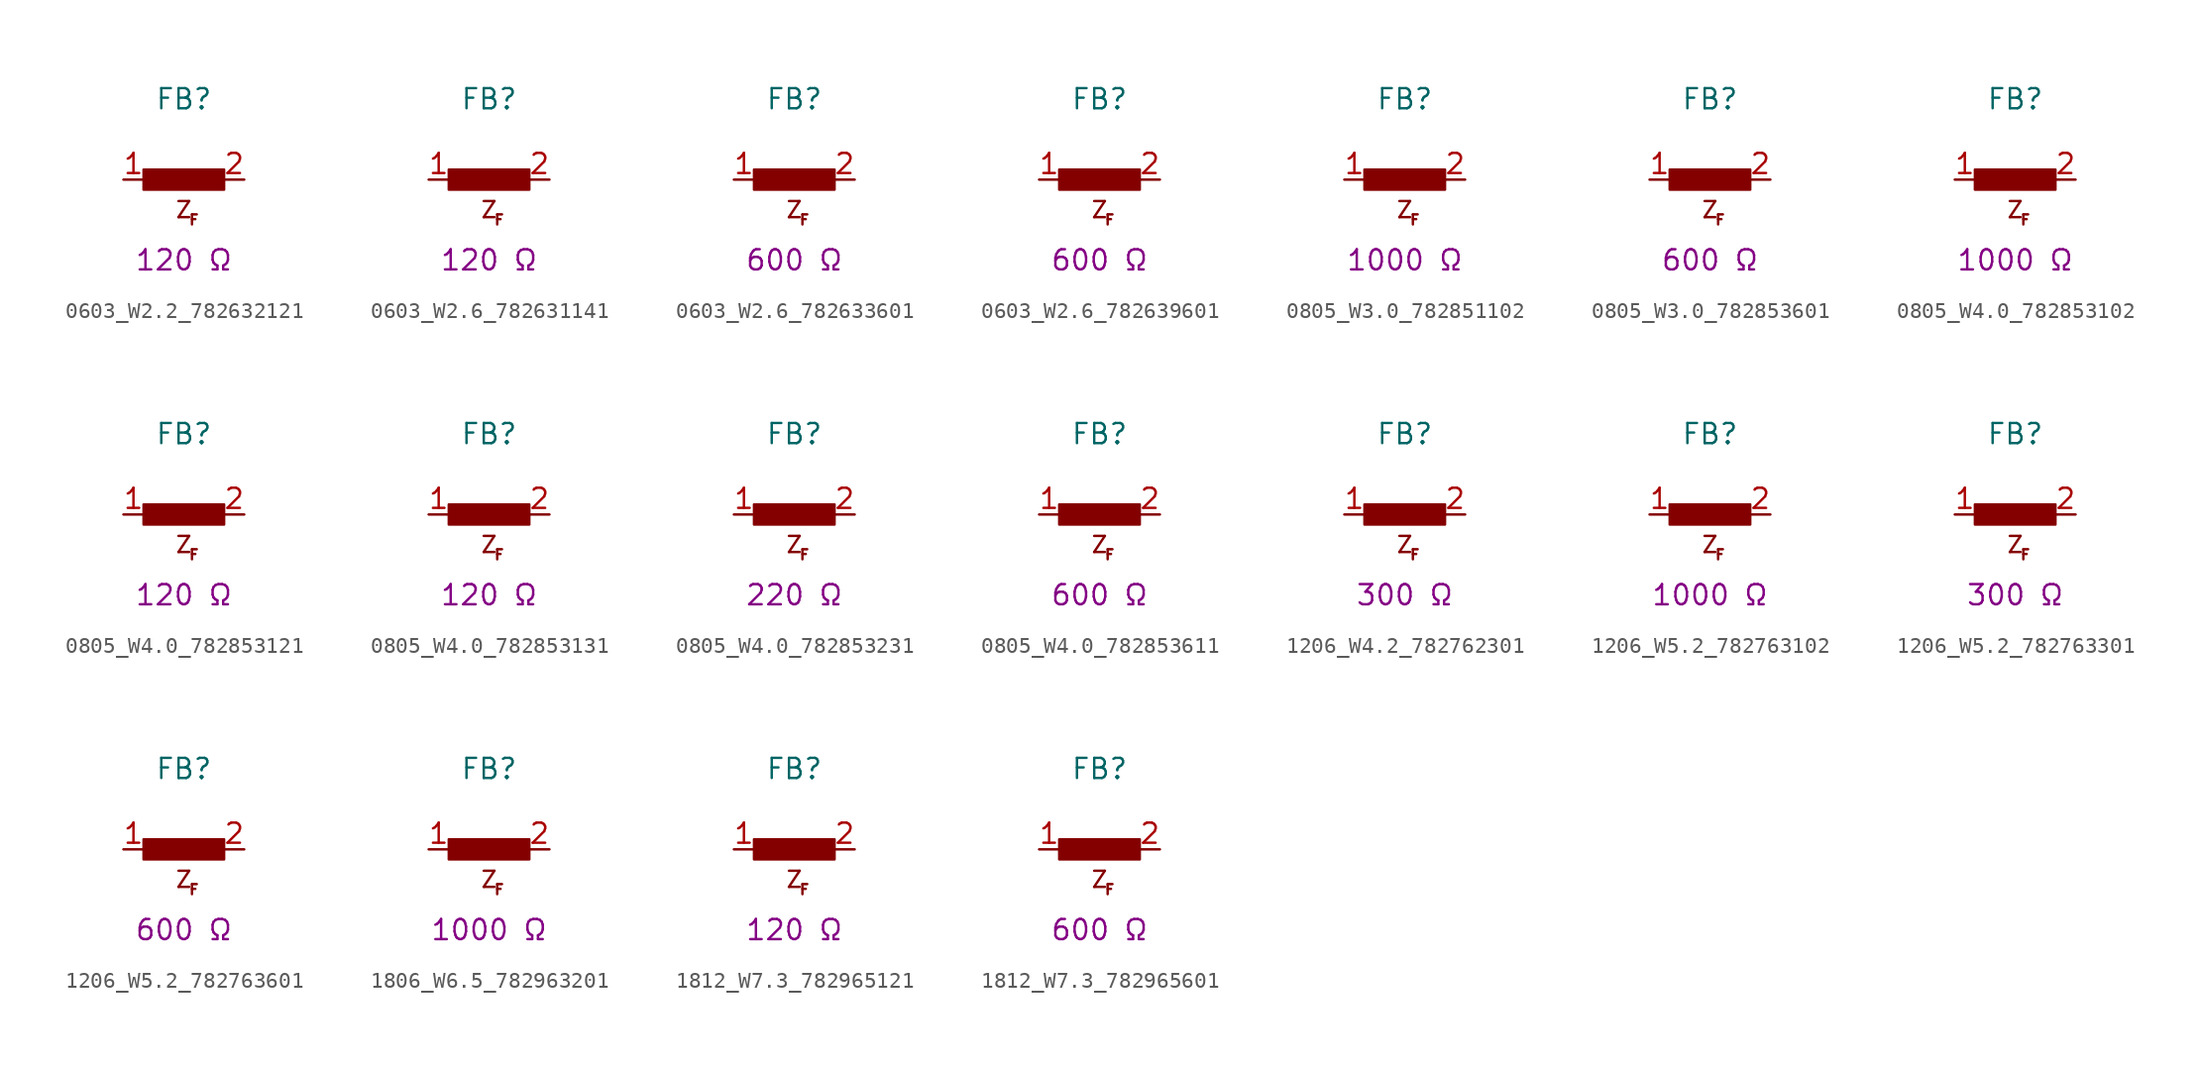
<source format=kicad_sym>
(kicad_symbol_lib
  (version 20220914)
  (generator kicad_symbol_editor)
  (symbol "0603_W2.2_782632121"
    (pin_names hide)
    (property "Reference" "FB"
      (at 0 5.08 0)
      (effects (font (size 1.27 1.27))))
    (property "Critical Parameter" "120 Ω"
      (at 0 -5.08 0)
      (effects (font (size 1.27 1.27))))
    (symbol "0603_W2.2_782632121_0_1"
      (rectangle (start -2.54 0.635) (end 2.54 -0.635) (stroke (width 0) (type default)) (fill (type outline)))
      (text "F" (at 0.635 -2.54 0) (effects (font (size 0.635 0.635))))
      (text "Z" (at 0 -1.905 0) (effects (font (size 1.016 1.016))))
      (pin passive line (at -3.81 0 0) (length 1.27) (name "1" (effects (font (size 1.27 1.27)))) (number "1" (effects (font (size 1.27 1.27)))))
      (pin passive line (at 3.81 0 180) (length 1.27) (name "2" (effects (font (size 1.27 1.27)))) (number "2" (effects (font (size 1.27 1.27)))))))
  (symbol "0603_W2.6_782631141"
    (pin_names hide)
    (property "Reference" "FB"
      (at 0 5.08 0)
      (effects (font (size 1.27 1.27))))
    (property "Critical Parameter" "120 Ω"
      (at 0 -5.08 0)
      (effects (font (size 1.27 1.27))))
    (symbol "0603_W2.6_782631141_0_1"
      (rectangle (start -2.54 0.635) (end 2.54 -0.635) (stroke (width 0) (type default)) (fill (type outline)))
      (text "F" (at 0.635 -2.54 0) (effects (font (size 0.635 0.635))))
      (text "Z" (at 0 -1.905 0) (effects (font (size 1.016 1.016))))
      (pin passive line (at -3.81 0 0) (length 1.27) (name "1" (effects (font (size 1.27 1.27)))) (number "1" (effects (font (size 1.27 1.27)))))
      (pin passive line (at 3.81 0 180) (length 1.27) (name "2" (effects (font (size 1.27 1.27)))) (number "2" (effects (font (size 1.27 1.27)))))))
  (symbol "0603_W2.6_782633601"
    (pin_names hide)
    (property "Reference" "FB"
      (at 0 5.08 0)
      (effects (font (size 1.27 1.27))))
    (property "Critical Parameter" "600 Ω"
      (at 0 -5.08 0)
      (effects (font (size 1.27 1.27))))
    (symbol "0603_W2.6_782633601_0_1"
      (rectangle (start -2.54 0.635) (end 2.54 -0.635) (stroke (width 0) (type default)) (fill (type outline)))
      (text "F" (at 0.635 -2.54 0) (effects (font (size 0.635 0.635))))
      (text "Z" (at 0 -1.905 0) (effects (font (size 1.016 1.016))))
      (pin passive line (at -3.81 0 0) (length 1.27) (name "1" (effects (font (size 1.27 1.27)))) (number "1" (effects (font (size 1.27 1.27)))))
      (pin passive line (at 3.81 0 180) (length 1.27) (name "2" (effects (font (size 1.27 1.27)))) (number "2" (effects (font (size 1.27 1.27)))))))
  (symbol "0603_W2.6_782639601"
    (pin_names hide)
    (property "Reference" "FB"
      (at 0 5.08 0)
      (effects (font (size 1.27 1.27))))
    (property "Critical Parameter" "600 Ω"
      (at 0 -5.08 0)
      (effects (font (size 1.27 1.27))))
    (symbol "0603_W2.6_782639601_0_1"
      (rectangle (start -2.54 0.635) (end 2.54 -0.635) (stroke (width 0) (type default)) (fill (type outline)))
      (text "F" (at 0.635 -2.54 0) (effects (font (size 0.635 0.635))))
      (text "Z" (at 0 -1.905 0) (effects (font (size 1.016 1.016))))
      (pin passive line (at -3.81 0 0) (length 1.27) (name "1" (effects (font (size 1.27 1.27)))) (number "1" (effects (font (size 1.27 1.27)))))
      (pin passive line (at 3.81 0 180) (length 1.27) (name "2" (effects (font (size 1.27 1.27)))) (number "2" (effects (font (size 1.27 1.27)))))))
  (symbol "0805_W3.0_782851102"
    (pin_names hide)
    (property "Reference" "FB"
      (at 0 5.08 0)
      (effects (font (size 1.27 1.27))))
    (property "Critical Parameter" "1000 Ω"
      (at 0 -5.08 0)
      (effects (font (size 1.27 1.27))))
    (symbol "0805_W3.0_782851102_0_1"
      (rectangle (start -2.54 0.635) (end 2.54 -0.635) (stroke (width 0) (type default)) (fill (type outline)))
      (text "F" (at 0.635 -2.54 0) (effects (font (size 0.635 0.635))))
      (text "Z" (at 0 -1.905 0) (effects (font (size 1.016 1.016))))
      (pin passive line (at -3.81 0 0) (length 1.27) (name "1" (effects (font (size 1.27 1.27)))) (number "1" (effects (font (size 1.27 1.27)))))
      (pin passive line (at 3.81 0 180) (length 1.27) (name "2" (effects (font (size 1.27 1.27)))) (number "2" (effects (font (size 1.27 1.27)))))))
  (symbol "0805_W3.0_782853601"
    (pin_names hide)
    (property "Reference" "FB"
      (at 0 5.08 0)
      (effects (font (size 1.27 1.27))))
    (property "Critical Parameter" "600 Ω"
      (at 0 -5.08 0)
      (effects (font (size 1.27 1.27))))
    (symbol "0805_W3.0_782853601_0_1"
      (rectangle (start -2.54 0.635) (end 2.54 -0.635) (stroke (width 0) (type default)) (fill (type outline)))
      (text "F" (at 0.635 -2.54 0) (effects (font (size 0.635 0.635))))
      (text "Z" (at 0 -1.905 0) (effects (font (size 1.016 1.016))))
      (pin passive line (at -3.81 0 0) (length 1.27) (name "1" (effects (font (size 1.27 1.27)))) (number "1" (effects (font (size 1.27 1.27)))))
      (pin passive line (at 3.81 0 180) (length 1.27) (name "2" (effects (font (size 1.27 1.27)))) (number "2" (effects (font (size 1.27 1.27)))))))
  (symbol "0805_W4.0_782853102"
    (pin_names hide)
    (property "Reference" "FB"
      (at 0 5.08 0)
      (effects (font (size 1.27 1.27))))
    (property "Critical Parameter" "1000 Ω"
      (at 0 -5.08 0)
      (effects (font (size 1.27 1.27))))
    (symbol "0805_W4.0_782853102_0_1"
      (rectangle (start -2.54 0.635) (end 2.54 -0.635) (stroke (width 0) (type default)) (fill (type outline)))
      (text "F" (at 0.635 -2.54 0) (effects (font (size 0.635 0.635))))
      (text "Z" (at 0 -1.905 0) (effects (font (size 1.016 1.016))))
      (pin passive line (at -3.81 0 0) (length 1.27) (name "1" (effects (font (size 1.27 1.27)))) (number "1" (effects (font (size 1.27 1.27)))))
      (pin passive line (at 3.81 0 180) (length 1.27) (name "2" (effects (font (size 1.27 1.27)))) (number "2" (effects (font (size 1.27 1.27)))))))
  (symbol "0805_W4.0_782853121"
    (pin_names hide)
    (property "Reference" "FB"
      (at 0 5.08 0)
      (effects (font (size 1.27 1.27))))
    (property "Critical Parameter" "120 Ω"
      (at 0 -5.08 0)
      (effects (font (size 1.27 1.27))))
    (symbol "0805_W4.0_782853121_0_1"
      (rectangle (start -2.54 0.635) (end 2.54 -0.635) (stroke (width 0) (type default)) (fill (type outline)))
      (text "F" (at 0.635 -2.54 0) (effects (font (size 0.635 0.635))))
      (text "Z" (at 0 -1.905 0) (effects (font (size 1.016 1.016))))
      (pin passive line (at -3.81 0 0) (length 1.27) (name "1" (effects (font (size 1.27 1.27)))) (number "1" (effects (font (size 1.27 1.27)))))
      (pin passive line (at 3.81 0 180) (length 1.27) (name "2" (effects (font (size 1.27 1.27)))) (number "2" (effects (font (size 1.27 1.27)))))))
  (symbol "0805_W4.0_782853131"
    (pin_names hide)
    (property "Reference" "FB"
      (at 0 5.08 0)
      (effects (font (size 1.27 1.27))))
    (property "Critical Parameter" "120 Ω"
      (at 0 -5.08 0)
      (effects (font (size 1.27 1.27))))
    (symbol "0805_W4.0_782853131_0_1"
      (rectangle (start -2.54 0.635) (end 2.54 -0.635) (stroke (width 0) (type default)) (fill (type outline)))
      (text "F" (at 0.635 -2.54 0) (effects (font (size 0.635 0.635))))
      (text "Z" (at 0 -1.905 0) (effects (font (size 1.016 1.016))))
      (pin passive line (at -3.81 0 0) (length 1.27) (name "1" (effects (font (size 1.27 1.27)))) (number "1" (effects (font (size 1.27 1.27)))))
      (pin passive line (at 3.81 0 180) (length 1.27) (name "2" (effects (font (size 1.27 1.27)))) (number "2" (effects (font (size 1.27 1.27)))))))
  (symbol "0805_W4.0_782853231"
    (pin_names hide)
    (property "Reference" "FB"
      (at 0 5.08 0)
      (effects (font (size 1.27 1.27))))
    (property "Critical Parameter" "220 Ω"
      (at 0 -5.08 0)
      (effects (font (size 1.27 1.27))))
    (symbol "0805_W4.0_782853231_0_1"
      (rectangle (start -2.54 0.635) (end 2.54 -0.635) (stroke (width 0) (type default)) (fill (type outline)))
      (text "F" (at 0.635 -2.54 0) (effects (font (size 0.635 0.635))))
      (text "Z" (at 0 -1.905 0) (effects (font (size 1.016 1.016))))
      (pin passive line (at -3.81 0 0) (length 1.27) (name "1" (effects (font (size 1.27 1.27)))) (number "1" (effects (font (size 1.27 1.27)))))
      (pin passive line (at 3.81 0 180) (length 1.27) (name "2" (effects (font (size 1.27 1.27)))) (number "2" (effects (font (size 1.27 1.27)))))))
  (symbol "0805_W4.0_782853611"
    (pin_names hide)
    (property "Reference" "FB"
      (at 0 5.08 0)
      (effects (font (size 1.27 1.27))))
    (property "Critical Parameter" "600 Ω"
      (at 0 -5.08 0)
      (effects (font (size 1.27 1.27))))
    (symbol "0805_W4.0_782853611_0_1"
      (rectangle (start -2.54 0.635) (end 2.54 -0.635) (stroke (width 0) (type default)) (fill (type outline)))
      (text "F" (at 0.635 -2.54 0) (effects (font (size 0.635 0.635))))
      (text "Z" (at 0 -1.905 0) (effects (font (size 1.016 1.016))))
      (pin passive line (at -3.81 0 0) (length 1.27) (name "1" (effects (font (size 1.27 1.27)))) (number "1" (effects (font (size 1.27 1.27)))))
      (pin passive line (at 3.81 0 180) (length 1.27) (name "2" (effects (font (size 1.27 1.27)))) (number "2" (effects (font (size 1.27 1.27)))))))
  (symbol "1206_W4.2_782762301"
    (pin_names hide)
    (property "Reference" "FB"
      (at 0 5.08 0)
      (effects (font (size 1.27 1.27))))
    (property "Critical Parameter" "300 Ω"
      (at 0 -5.08 0)
      (effects (font (size 1.27 1.27))))
    (symbol "1206_W4.2_782762301_0_1"
      (rectangle (start -2.54 0.635) (end 2.54 -0.635) (stroke (width 0) (type default)) (fill (type outline)))
      (text "F" (at 0.635 -2.54 0) (effects (font (size 0.635 0.635))))
      (text "Z" (at 0 -1.905 0) (effects (font (size 1.016 1.016))))
      (pin passive line (at -3.81 0 0) (length 1.27) (name "1" (effects (font (size 1.27 1.27)))) (number "1" (effects (font (size 1.27 1.27)))))
      (pin passive line (at 3.81 0 180) (length 1.27) (name "2" (effects (font (size 1.27 1.27)))) (number "2" (effects (font (size 1.27 1.27)))))))
  (symbol "1206_W5.2_782763102"
    (pin_names hide)
    (property "Reference" "FB"
      (at 0 5.08 0)
      (effects (font (size 1.27 1.27))))
    (property "Critical Parameter" "1000 Ω"
      (at 0 -5.08 0)
      (effects (font (size 1.27 1.27))))
    (symbol "1206_W5.2_782763102_0_1"
      (rectangle (start -2.54 0.635) (end 2.54 -0.635) (stroke (width 0) (type default)) (fill (type outline)))
      (text "F" (at 0.635 -2.54 0) (effects (font (size 0.635 0.635))))
      (text "Z" (at 0 -1.905 0) (effects (font (size 1.016 1.016))))
      (pin passive line (at -3.81 0 0) (length 1.27) (name "1" (effects (font (size 1.27 1.27)))) (number "1" (effects (font (size 1.27 1.27)))))
      (pin passive line (at 3.81 0 180) (length 1.27) (name "2" (effects (font (size 1.27 1.27)))) (number "2" (effects (font (size 1.27 1.27)))))))
  (symbol "1206_W5.2_782763301"
    (pin_names hide)
    (property "Reference" "FB"
      (at 0 5.08 0)
      (effects (font (size 1.27 1.27))))
    (property "Critical Parameter" "300 Ω"
      (at 0 -5.08 0)
      (effects (font (size 1.27 1.27))))
    (symbol "1206_W5.2_782763301_0_1"
      (rectangle (start -2.54 0.635) (end 2.54 -0.635) (stroke (width 0) (type default)) (fill (type outline)))
      (text "F" (at 0.635 -2.54 0) (effects (font (size 0.635 0.635))))
      (text "Z" (at 0 -1.905 0) (effects (font (size 1.016 1.016))))
      (pin passive line (at -3.81 0 0) (length 1.27) (name "1" (effects (font (size 1.27 1.27)))) (number "1" (effects (font (size 1.27 1.27)))))
      (pin passive line (at 3.81 0 180) (length 1.27) (name "2" (effects (font (size 1.27 1.27)))) (number "2" (effects (font (size 1.27 1.27)))))))
  (symbol "1206_W5.2_782763601"
    (pin_names hide)
    (property "Reference" "FB"
      (at 0 5.08 0)
      (effects (font (size 1.27 1.27))))
    (property "Critical Parameter" "600 Ω"
      (at 0 -5.08 0)
      (effects (font (size 1.27 1.27))))
    (symbol "1206_W5.2_782763601_0_1"
      (rectangle (start -2.54 0.635) (end 2.54 -0.635) (stroke (width 0) (type default)) (fill (type outline)))
      (text "F" (at 0.635 -2.54 0) (effects (font (size 0.635 0.635))))
      (text "Z" (at 0 -1.905 0) (effects (font (size 1.016 1.016))))
      (pin passive line (at -3.81 0 0) (length 1.27) (name "1" (effects (font (size 1.27 1.27)))) (number "1" (effects (font (size 1.27 1.27)))))
      (pin passive line (at 3.81 0 180) (length 1.27) (name "2" (effects (font (size 1.27 1.27)))) (number "2" (effects (font (size 1.27 1.27)))))))
  (symbol "1806_W6.5_782963201"
    (pin_names hide)
    (property "Reference" "FB"
      (at 0 5.08 0)
      (effects (font (size 1.27 1.27))))
    (property "Critical Parameter" "1000 Ω"
      (at 0 -5.08 0)
      (effects (font (size 1.27 1.27))))
    (symbol "1806_W6.5_782963201_0_1"
      (rectangle (start -2.54 0.635) (end 2.54 -0.635) (stroke (width 0) (type default)) (fill (type outline)))
      (text "F" (at 0.635 -2.54 0) (effects (font (size 0.635 0.635))))
      (text "Z" (at 0 -1.905 0) (effects (font (size 1.016 1.016))))
      (pin passive line (at -3.81 0 0) (length 1.27) (name "1" (effects (font (size 1.27 1.27)))) (number "1" (effects (font (size 1.27 1.27)))))
      (pin passive line (at 3.81 0 180) (length 1.27) (name "2" (effects (font (size 1.27 1.27)))) (number "2" (effects (font (size 1.27 1.27)))))))
  (symbol "1812_W7.3_782965121"
    (pin_names hide)
    (property "Reference" "FB"
      (at 0 5.08 0)
      (effects (font (size 1.27 1.27))))
    (property "Critical Parameter" "120 Ω"
      (at 0 -5.08 0)
      (effects (font (size 1.27 1.27))))
    (symbol "1812_W7.3_782965121_0_1"
      (rectangle (start -2.54 0.635) (end 2.54 -0.635) (stroke (width 0) (type default)) (fill (type outline)))
      (text "F" (at 0.635 -2.54 0) (effects (font (size 0.635 0.635))))
      (text "Z" (at 0 -1.905 0) (effects (font (size 1.016 1.016))))
      (pin passive line (at -3.81 0 0) (length 1.27) (name "1" (effects (font (size 1.27 1.27)))) (number "1" (effects (font (size 1.27 1.27)))))
      (pin passive line (at 3.81 0 180) (length 1.27) (name "2" (effects (font (size 1.27 1.27)))) (number "2" (effects (font (size 1.27 1.27)))))))
  (symbol "1812_W7.3_782965601"
    (pin_names hide)
    (property "Reference" "FB"
      (at 0 5.08 0)
      (effects (font (size 1.27 1.27))))
    (property "Critical Parameter" "600 Ω"
      (at 0 -5.08 0)
      (effects (font (size 1.27 1.27))))
    (symbol "1812_W7.3_782965601_0_1"
      (rectangle (start -2.54 0.635) (end 2.54 -0.635) (stroke (width 0) (type default)) (fill (type outline)))
      (text "F" (at 0.635 -2.54 0) (effects (font (size 0.635 0.635))))
      (text "Z" (at 0 -1.905 0) (effects (font (size 1.016 1.016))))
      (pin passive line (at -3.81 0 0) (length 1.27) (name "1" (effects (font (size 1.27 1.27)))) (number "1" (effects (font (size 1.27 1.27)))))
      (pin passive line (at 3.81 0 180) (length 1.27) (name "2" (effects (font (size 1.27 1.27)))) (number "2" (effects (font (size 1.27 1.27))))))))
</source>
